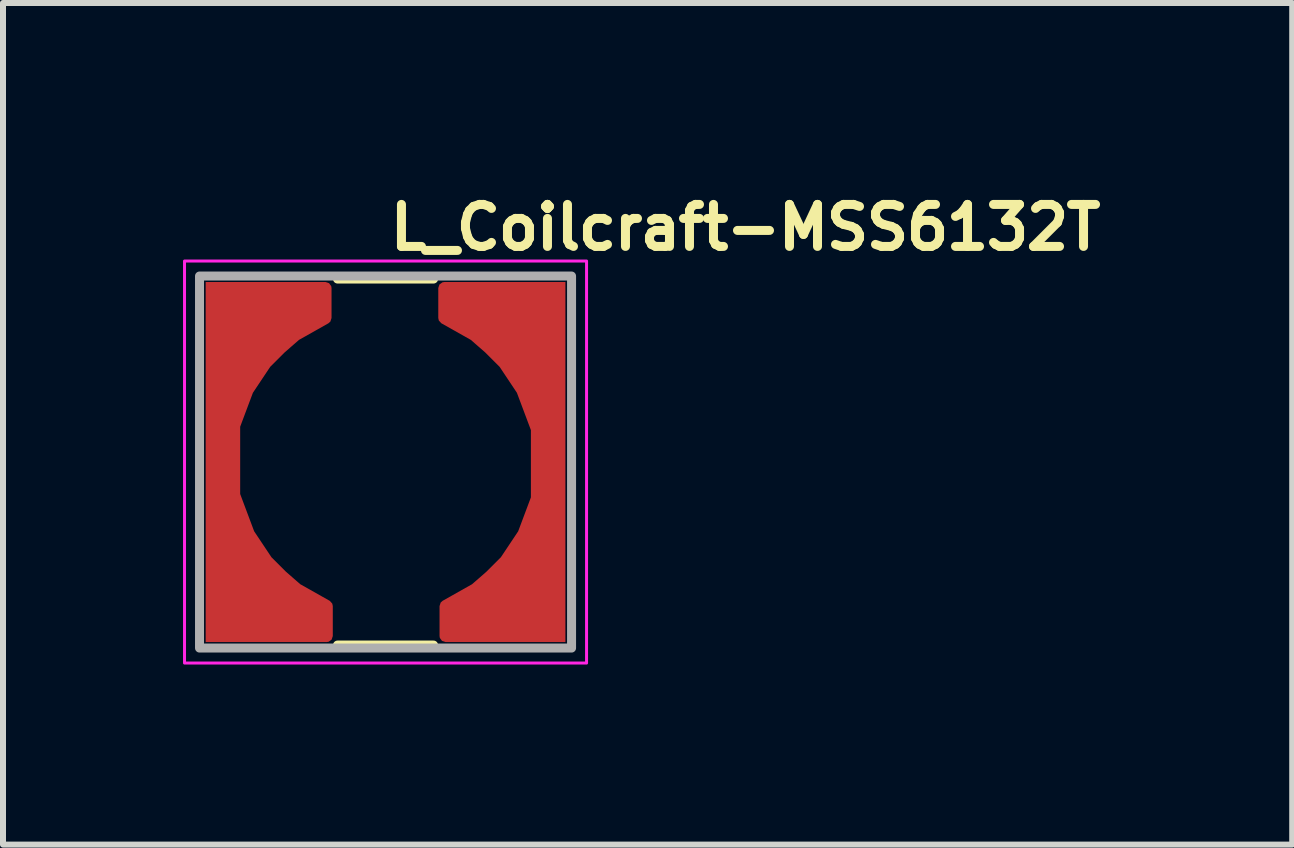
<source format=kicad_pcb>
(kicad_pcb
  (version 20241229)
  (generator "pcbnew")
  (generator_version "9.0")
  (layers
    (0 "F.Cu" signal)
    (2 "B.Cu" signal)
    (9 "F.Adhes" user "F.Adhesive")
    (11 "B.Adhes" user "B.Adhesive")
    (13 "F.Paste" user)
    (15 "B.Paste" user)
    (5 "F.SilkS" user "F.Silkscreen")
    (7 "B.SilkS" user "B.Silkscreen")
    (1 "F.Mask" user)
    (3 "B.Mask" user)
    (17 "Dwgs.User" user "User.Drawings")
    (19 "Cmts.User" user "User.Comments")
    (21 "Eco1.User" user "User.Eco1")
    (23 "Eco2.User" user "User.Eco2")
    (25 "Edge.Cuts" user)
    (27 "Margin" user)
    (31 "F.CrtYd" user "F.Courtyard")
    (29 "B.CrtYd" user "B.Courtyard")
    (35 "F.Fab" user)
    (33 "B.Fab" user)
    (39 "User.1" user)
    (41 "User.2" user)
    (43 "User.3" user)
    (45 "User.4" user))
  (footprint "L_Coilcraft-MSS6132T"
    (layer "F.Cu")
    (at 3.375 4.65)
    (property "Reference" "L_Coilcraft-MSS6132T" (at 0 -3.5 0) (layer "F.SilkS") (effects (font (size 0.7 0.7) (thickness 0.15)) (justify left bottom)))
    (attr smd)
    (fp_line (start -0.8 -3.05) (end 0.8 -3.05) (stroke (width 0.15) (type solid)) (layer "F.SilkS"))
    (fp_line (start -0.8 3.05) (end 0.8 3.05) (stroke (width 0.15) (type solid)) (layer "F.SilkS"))
    (fp_rect (start -3.35 -3.35) (end 3.35 3.35) (stroke (width 0.05) (type solid)) (fill no) (layer "F.CrtYd"))
    (fp_rect (start -3.1 -3.1) (end 3.1 3.1) (stroke (width 0.15) (type solid)) (fill no) (layer "F.Fab"))
    (fp_rect (start -3.1 -3.1) (end 3.1 3.1) (stroke (width 0.1) (type solid)) (fill no) (layer "User.5"))
    (fp_line (start -3.05 -1.8) (end -3.05 3.05) (stroke (width 0.01) (type solid)) (layer "User.9"))
    (fp_line (start -3.05 3.05) (end 1.8 3.05) (stroke (width 0.01) (type solid)) (layer "User.9"))
    (fp_line (start -2.869 -2.443) (end -2.869 -2.455) (stroke (width 0.01) (type solid)) (layer "User.9"))
    (fp_line (start -2.869 -2.455) (end -2.868 -2.467) (stroke (width 0.01) (type solid)) (layer "User.9"))
    (fp_line (start -2.869 -2.431) (end -2.869 -2.443) (stroke (width 0.01) (type solid)) (layer "User.9"))
    (fp_line (start -2.868 -2.467) (end -2.867 -2.479) (stroke (width 0.01) (type solid)) (layer "User.9"))
    (fp_line (start -2.868 -2.419) (end -2.869 -2.431) (stroke (width 0.01) (type solid)) (layer "User.9"))
    (fp_line (start -2.867 -2.479) (end -2.865 -2.49) (stroke (width 0.01) (type solid)) (layer "User.9"))
    (fp_line (start -2.867 -2.407) (end -2.868 -2.419) (stroke (width 0.01) (type solid)) (layer "User.9"))
    (fp_line (start -2.865 -2.49) (end -2.862 -2.502) (stroke (width 0.01) (type solid)) (layer "User.9"))
    (fp_line (start -2.865 -2.395) (end -2.867 -2.407) (stroke (width 0.01) (type solid)) (layer "User.9"))
    (fp_line (start -2.862 -2.502) (end -2.859 -2.514) (stroke (width 0.01) (type solid)) (layer "User.9"))
    (fp_line (start -2.862 -2.383) (end -2.865 -2.395) (stroke (width 0.01) (type solid)) (layer "User.9"))
    (fp_line (start -2.859 -2.514) (end -2.855 -2.525) (stroke (width 0.01) (type solid)) (layer "User.9"))
    (fp_line (start -2.859 -2.371) (end -2.862 -2.383) (stroke (width 0.01) (type solid)) (layer "User.9"))
    (fp_line (start -2.855 -2.525) (end -2.851 -2.537) (stroke (width 0.01) (type solid)) (layer "User.9"))
    (fp_line (start -2.855 -2.36) (end -2.859 -2.371) (stroke (width 0.01) (type solid)) (layer "User.9"))
    (fp_line (start -2.851 -2.537) (end -2.846 -2.548) (stroke (width 0.01) (type solid)) (layer "User.9"))
    (fp_line (start -2.851 -2.349) (end -2.855 -2.36) (stroke (width 0.01) (type solid)) (layer "User.9"))
    (fp_line (start -2.846 -2.548) (end -2.841 -2.559) (stroke (width 0.01) (type solid)) (layer "User.9"))
    (fp_line (start -2.846 -2.337) (end -2.851 -2.349) (stroke (width 0.01) (type solid)) (layer "User.9"))
    (fp_line (start -2.841 -2.559) (end -2.835 -2.57) (stroke (width 0.01) (type solid)) (layer "User.9"))
    (fp_line (start -2.841 -2.326) (end -2.846 -2.337) (stroke (width 0.01) (type solid)) (layer "User.9"))
    (fp_line (start -2.835 -2.57) (end -2.828 -2.58) (stroke (width 0.01) (type solid)) (layer "User.9"))
    (fp_line (start -2.835 -2.316) (end -2.841 -2.326) (stroke (width 0.01) (type solid)) (layer "User.9"))
    (fp_line (start -2.828 -2.58) (end -2.821 -2.59) (stroke (width 0.01) (type solid)) (layer "User.9"))
    (fp_line (start -2.828 -2.305) (end -2.835 -2.316) (stroke (width 0.01) (type solid)) (layer "User.9"))
    (fp_line (start -2.825 0) (end -2.819 -0.183) (stroke (width 0.01) (type solid)) (layer "User.9"))
    (fp_line (start -2.821 -2.59) (end -2.813 -2.6) (stroke (width 0.01) (type solid)) (layer "User.9"))
    (fp_line (start -2.821 -2.295) (end -2.828 -2.305) (stroke (width 0.01) (type solid)) (layer "User.9"))
    (fp_line (start -2.819 -0.183) (end -2.801 -0.365) (stroke (width 0.01) (type solid)) (layer "User.9"))
    (fp_line (start -2.819 0.183) (end -2.825 0) (stroke (width 0.01) (type solid)) (layer "User.9"))
    (fp_line (start -2.813 -2.6) (end -2.805 -2.61) (stroke (width 0.01) (type solid)) (layer "User.9"))
    (fp_line (start -2.813 -2.285) (end -2.821 -2.295) (stroke (width 0.01) (type solid)) (layer "User.9"))
    (fp_line (start -2.805 -2.61) (end -2.796 -2.619) (stroke (width 0.01) (type solid)) (layer "User.9"))
    (fp_line (start -2.805 -2.275) (end -2.813 -2.285) (stroke (width 0.01) (type solid)) (layer "User.9"))
    (fp_line (start -2.801 -0.365) (end -2.772 -0.546) (stroke (width 0.01) (type solid)) (layer "User.9"))
    (fp_line (start -2.801 0.365) (end -2.819 0.183) (stroke (width 0.01) (type solid)) (layer "User.9"))
    (fp_line (start -2.8 0) (end -2.794 -0.181) (stroke (width 0.01) (type solid)) (layer "User.9"))
    (fp_line (start -2.796 -2.619) (end -2.619 -2.796) (stroke (width 0.01) (type solid)) (layer "User.9"))
    (fp_line (start -2.796 -2.266) (end -2.805 -2.275) (stroke (width 0.01) (type solid)) (layer "User.9"))
    (fp_line (start -2.794 -0.181) (end -2.777 -0.362) (stroke (width 0.01) (type solid)) (layer "User.9"))
    (fp_line (start -2.794 0.181) (end -2.8 0) (stroke (width 0.01) (type solid)) (layer "User.9"))
    (fp_line (start -2.777 -0.362) (end -2.747 -0.541) (stroke (width 0.01) (type solid)) (layer "User.9"))
    (fp_line (start -2.777 0.362) (end -2.794 0.181) (stroke (width 0.01) (type solid)) (layer "User.9"))
    (fp_line (start -2.772 0.546) (end -2.801 0.365) (stroke (width 0.01) (type solid)) (layer "User.9"))
    (fp_line (start -2.772 -0.546) (end -2.73 -0.725) (stroke (width 0.01) (type solid)) (layer "User.9"))
    (fp_line (start -2.747 -0.541) (end -2.706 -0.719) (stroke (width 0.01) (type solid)) (layer "User.9"))
    (fp_line (start -2.747 0.541) (end -2.777 0.362) (stroke (width 0.01) (type solid)) (layer "User.9"))
    (fp_line (start -2.73 -0.725) (end -2.677 -0.902) (stroke (width 0.01) (type solid)) (layer "User.9"))
    (fp_line (start -2.73 0.725) (end -2.772 0.546) (stroke (width 0.01) (type solid)) (layer "User.9"))
    (fp_line (start -2.706 -0.719) (end -2.653 -0.894) (stroke (width 0.01) (type solid)) (layer "User.9"))
    (fp_line (start -2.706 0.719) (end -2.747 0.541) (stroke (width 0.01) (type solid)) (layer "User.9"))
    (fp_line (start -2.69 -2.16) (end -2.796 -2.266) (stroke (width 0.01) (type solid)) (layer "User.9"))
    (fp_line (start -2.677 -0.902) (end -2.612 -1.076) (stroke (width 0.01) (type solid)) (layer "User.9"))
    (fp_line (start -2.677 0.902) (end -2.73 0.725) (stroke (width 0.01) (type solid)) (layer "User.9"))
    (fp_line (start -2.653 -0.894) (end -2.589 -1.066) (stroke (width 0.01) (type solid)) (layer "User.9"))
    (fp_line (start -2.653 0.894) (end -2.706 0.719) (stroke (width 0.01) (type solid)) (layer "User.9"))
    (fp_line (start -2.619 -2.796) (end -2.61 -2.805) (stroke (width 0.01) (type solid)) (layer "User.9"))
    (fp_line (start -2.612 -1.076) (end -2.535 -1.246) (stroke (width 0.01) (type solid)) (layer "User.9"))
    (fp_line (start -2.612 1.076) (end -2.677 0.902) (stroke (width 0.01) (type solid)) (layer "User.9"))
    (fp_line (start -2.61 -2.805) (end -2.6 -2.813) (stroke (width 0.01) (type solid)) (layer "User.9"))
    (fp_line (start -2.6 -2.813) (end -2.59 -2.821) (stroke (width 0.01) (type solid)) (layer "User.9"))
    (fp_line (start -2.59 -2.821) (end -2.58 -2.828) (stroke (width 0.01) (type solid)) (layer "User.9"))
    (fp_line (start -2.589 -1.066) (end -2.513 -1.235) (stroke (width 0.01) (type solid)) (layer "User.9"))
    (fp_line (start -2.589 1.066) (end -2.653 0.894) (stroke (width 0.01) (type solid)) (layer "User.9"))
    (fp_line (start -2.58 -2.828) (end -2.57 -2.835) (stroke (width 0.01) (type solid)) (layer "User.9"))
    (fp_line (start -2.57 -2.835) (end -2.559 -2.841) (stroke (width 0.01) (type solid)) (layer "User.9"))
    (fp_line (start -2.559 -2.841) (end -2.548 -2.846) (stroke (width 0.01) (type solid)) (layer "User.9"))
    (fp_line (start -2.548 -2.846) (end -2.537 -2.851) (stroke (width 0.01) (type solid)) (layer "User.9"))
    (fp_line (start -2.537 -2.851) (end -2.525 -2.855) (stroke (width 0.01) (type solid)) (layer "User.9"))
    (fp_line (start -2.535 1.246) (end -2.612 1.076) (stroke (width 0.01) (type solid)) (layer "User.9"))
    (fp_line (start -2.535 -1.246) (end -2.447 -1.413) (stroke (width 0.01) (type solid)) (layer "User.9"))
    (fp_line (start -2.525 -2.855) (end -2.514 -2.859) (stroke (width 0.01) (type solid)) (layer "User.9"))
    (fp_line (start -2.514 -2.859) (end -2.502 -2.862) (stroke (width 0.01) (type solid)) (layer "User.9"))
    (fp_line (start -2.513 -1.235) (end -2.425 -1.4) (stroke (width 0.01) (type solid)) (layer "User.9"))
    (fp_line (start -2.513 1.235) (end -2.589 1.066) (stroke (width 0.01) (type solid)) (layer "User.9"))
    (fp_line (start -2.502 -2.862) (end -2.49 -2.865) (stroke (width 0.01) (type solid)) (layer "User.9"))
    (fp_line (start -2.49 -2.865) (end -2.479 -2.867) (stroke (width 0.01) (type solid)) (layer "User.9"))
    (fp_line (start -2.479 -2.867) (end -2.467 -2.868) (stroke (width 0.01) (type solid)) (layer "User.9"))
    (fp_line (start -2.467 -2.868) (end -2.455 -2.869) (stroke (width 0.01) (type solid)) (layer "User.9"))
    (fp_line (start -2.455 -2.869) (end -2.443 -2.869) (stroke (width 0.01) (type solid)) (layer "User.9"))
    (fp_line (start -2.447 -1.413) (end -2.447 -1.413) (stroke (width 0.01) (type solid)) (layer "User.9"))
    (fp_line (start -2.447 -1.413) (end -2.398 -1.493) (stroke (width 0.01) (type solid)) (layer "User.9"))
    (fp_line (start -2.447 1.413) (end -2.535 1.246) (stroke (width 0.01) (type solid)) (layer "User.9"))
    (fp_line (start -2.447 1.413) (end -2.447 1.413) (stroke (width 0.01) (type solid)) (layer "User.9"))
    (fp_line (start -2.443 -2.869) (end -2.431 -2.869) (stroke (width 0.01) (type solid)) (layer "User.9"))
    (fp_line (start -2.431 -2.869) (end -2.419 -2.868) (stroke (width 0.01) (type solid)) (layer "User.9"))
    (fp_line (start -2.425 -1.4) (end -2.425 -1.4) (stroke (width 0.01) (type solid)) (layer "User.9"))
    (fp_line (start -2.425 -1.4) (end -2.377 -1.48) (stroke (width 0.01) (type solid)) (layer "User.9"))
    (fp_line (start -2.425 1.4) (end -2.513 1.235) (stroke (width 0.01) (type solid)) (layer "User.9"))
    (fp_line (start -2.425 1.4) (end -2.425 1.4) (stroke (width 0.01) (type solid)) (layer "User.9"))
    (fp_line (start -2.419 -2.868) (end -2.407 -2.867) (stroke (width 0.01) (type solid)) (layer "User.9"))
    (fp_line (start -2.407 -2.867) (end -2.395 -2.865) (stroke (width 0.01) (type solid)) (layer "User.9"))
    (fp_line (start -2.398 -1.493) (end -2.347 -1.572) (stroke (width 0.01) (type solid)) (layer "User.9"))
    (fp_line (start -2.395 -2.865) (end -2.383 -2.862) (stroke (width 0.01) (type solid)) (layer "User.9"))
    (fp_line (start -2.383 -2.862) (end -2.371 -2.859) (stroke (width 0.01) (type solid)) (layer "User.9"))
    (fp_line (start -2.377 -1.48) (end -2.326 -1.558) (stroke (width 0.01) (type solid)) (layer "User.9"))
    (fp_line (start -2.371 -2.859) (end -2.36 -2.855) (stroke (width 0.01) (type solid)) (layer "User.9"))
    (fp_line (start -2.36 -2.855) (end -2.349 -2.851) (stroke (width 0.01) (type solid)) (layer "User.9"))
    (fp_line (start -2.349 -2.851) (end -2.337 -2.846) (stroke (width 0.01) (type solid)) (layer "User.9"))
    (fp_line (start -2.347 1.572) (end -2.447 1.413) (stroke (width 0.01) (type solid)) (layer "User.9"))
    (fp_line (start -2.347 -1.572) (end -2.294 -1.649) (stroke (width 0.01) (type solid)) (layer "User.9"))
    (fp_line (start -2.337 -2.846) (end -2.326 -2.841) (stroke (width 0.01) (type solid)) (layer "User.9"))
    (fp_line (start -2.326 -2.841) (end -2.316 -2.835) (stroke (width 0.01) (type solid)) (layer "User.9"))
    (fp_line (start -2.326 -1.558) (end -2.273 -1.635) (stroke (width 0.01) (type solid)) (layer "User.9"))
    (fp_line (start -2.326 1.558) (end -2.425 1.4) (stroke (width 0.01) (type solid)) (layer "User.9"))
    (fp_line (start -2.316 -2.835) (end -2.305 -2.828) (stroke (width 0.01) (type solid)) (layer "User.9"))
    (fp_line (start -2.305 -2.828) (end -2.295 -2.821) (stroke (width 0.01) (type solid)) (layer "User.9"))
    (fp_line (start -2.295 -2.821) (end -2.285 -2.813) (stroke (width 0.01) (type solid)) (layer "User.9"))
    (fp_line (start -2.294 -1.649) (end -2.238 -1.724) (stroke (width 0.01) (type solid)) (layer "User.9"))
    (fp_line (start -2.285 -2.813) (end -2.275 -2.805) (stroke (width 0.01) (type solid)) (layer "User.9"))
    (fp_line (start -2.275 -2.805) (end -2.266 -2.796) (stroke (width 0.01) (type solid)) (layer "User.9"))
    (fp_line (start -2.273 -1.635) (end -2.218 -1.709) (stroke (width 0.01) (type solid)) (layer "User.9"))
    (fp_line (start -2.266 -2.796) (end -2.16 -2.69) (stroke (width 0.01) (type solid)) (layer "User.9"))
    (fp_line (start -2.238 1.724) (end -2.347 1.572) (stroke (width 0.01) (type solid)) (layer "User.9"))
    (fp_line (start -2.238 -1.724) (end -2.18 -1.797) (stroke (width 0.01) (type solid)) (layer "User.9"))
    (fp_line (start -2.218 -1.709) (end -2.161 -1.781) (stroke (width 0.01) (type solid)) (layer "User.9"))
    (fp_line (start -2.218 1.709) (end -2.326 1.558) (stroke (width 0.01) (type solid)) (layer "User.9"))
    (fp_line (start -2.18 -1.797) (end -2.12 -1.867) (stroke (width 0.01) (type solid)) (layer "User.9"))
    (fp_line (start -2.161 -1.781) (end -2.101 -1.851) (stroke (width 0.01) (type solid)) (layer "User.9"))
    (fp_line (start -2.12 -1.867) (end -2.058 -1.936) (stroke (width 0.01) (type solid)) (layer "User.9"))
    (fp_line (start -2.12 1.867) (end -2.238 1.724) (stroke (width 0.01) (type solid)) (layer "User.9"))
    (fp_line (start -2.101 -1.851) (end -2.039 -1.919) (stroke (width 0.01) (type solid)) (layer "User.9"))
    (fp_line (start -2.101 1.851) (end -2.218 1.709) (stroke (width 0.01) (type solid)) (layer "User.9"))
    (fp_line (start -2.058 -1.936) (end -1.993 -2.002) (stroke (width 0.01) (type solid)) (layer "User.9"))
    (fp_line (start -2.039 -1.919) (end -1.976 -1.984) (stroke (width 0.01) (type solid)) (layer "User.9"))
    (fp_line (start -1.993 -2.002) (end -1.927 -2.066) (stroke (width 0.01) (type solid)) (layer "User.9"))
    (fp_line (start -1.993 2.002) (end -2.12 1.867) (stroke (width 0.01) (type solid)) (layer "User.9"))
    (fp_line (start -1.976 -1.984) (end -1.91 -2.048) (stroke (width 0.01) (type solid)) (layer "User.9"))
    (fp_line (start -1.976 1.984) (end -2.101 1.851) (stroke (width 0.01) (type solid)) (layer "User.9"))
    (fp_line (start -1.927 -2.066) (end -1.859 -2.127) (stroke (width 0.01) (type solid)) (layer "User.9"))
    (fp_line (start -1.91 -2.048) (end -1.842 -2.109) (stroke (width 0.01) (type solid)) (layer "User.9"))
    (fp_line (start -1.859 2.127) (end -1.993 2.002) (stroke (width 0.01) (type solid)) (layer "User.9"))
    (fp_line (start -1.859 -2.127) (end -1.789 -2.187) (stroke (width 0.01) (type solid)) (layer "User.9"))
    (fp_line (start -1.842 -2.109) (end -1.773 -2.167) (stroke (width 0.01) (type solid)) (layer "User.9"))
    (fp_line (start -1.842 2.109) (end -1.976 1.984) (stroke (width 0.01) (type solid)) (layer "User.9"))
    (fp_line (start -1.8 -3.05) (end -3.05 -1.8) (stroke (width 0.01) (type solid)) (layer "User.9"))
    (fp_line (start -1.789 -2.187) (end -1.717 -2.244) (stroke (width 0.01) (type solid)) (layer "User.9"))
    (fp_line (start -1.773 -2.167) (end -1.702 -2.224) (stroke (width 0.01) (type solid)) (layer "User.9"))
    (fp_line (start -1.717 -2.244) (end -1.643 -2.298) (stroke (width 0.01) (type solid)) (layer "User.9"))
    (fp_line (start -1.717 2.244) (end -1.859 2.127) (stroke (width 0.01) (type solid)) (layer "User.9"))
    (fp_line (start -1.702 -2.224) (end -1.629 -2.278) (stroke (width 0.01) (type solid)) (layer "User.9"))
    (fp_line (start -1.702 2.224) (end -1.842 2.109) (stroke (width 0.01) (type solid)) (layer "User.9"))
    (fp_line (start -1.643 -2.298) (end -1.568 -2.35) (stroke (width 0.01) (type solid)) (layer "User.9"))
    (fp_line (start -1.629 -2.278) (end -1.554 -2.329) (stroke (width 0.01) (type solid)) (layer "User.9"))
    (fp_line (start -1.568 -2.35) (end -1.491 -2.4) (stroke (width 0.01) (type solid)) (layer "User.9"))
    (fp_line (start -1.568 2.35) (end -1.717 2.244) (stroke (width 0.01) (type solid)) (layer "User.9"))
    (fp_line (start -1.554 -2.329) (end -1.478 -2.378) (stroke (width 0.01) (type solid)) (layer "User.9"))
    (fp_line (start -1.554 2.329) (end -1.702 2.224) (stroke (width 0.01) (type solid)) (layer "User.9"))
    (fp_line (start -1.491 -2.4) (end -1.413 -2.447) (stroke (width 0.01) (type solid)) (layer "User.9"))
    (fp_line (start -1.478 -2.378) (end -1.4 -2.425) (stroke (width 0.01) (type solid)) (layer "User.9"))
    (fp_line (start -1.413 -2.447) (end -1.333 -2.491) (stroke (width 0.01) (type solid)) (layer "User.9"))
    (fp_line (start -1.413 2.447) (end -1.568 2.35) (stroke (width 0.01) (type solid)) (layer "User.9"))
    (fp_line (start -1.4 -2.425) (end -1.321 -2.469) (stroke (width 0.01) (type solid)) (layer "User.9"))
    (fp_line (start -1.4 2.425) (end -1.554 2.329) (stroke (width 0.01) (type solid)) (layer "User.9"))
    (fp_line (start -1.333 -2.491) (end -1.251 -2.533) (stroke (width 0.01) (type solid)) (layer "User.9"))
    (fp_line (start -1.321 -2.469) (end -1.24 -2.51) (stroke (width 0.01) (type solid)) (layer "User.9"))
    (fp_line (start -1.251 -2.533) (end -1.169 -2.572) (stroke (width 0.01) (type solid)) (layer "User.9"))
    (fp_line (start -1.251 2.533) (end -1.413 2.447) (stroke (width 0.01) (type solid)) (layer "User.9"))
    (fp_line (start -1.24 -2.51) (end -1.158 -2.549) (stroke (width 0.01) (type solid)) (layer "User.9"))
    (fp_line (start -1.24 2.51) (end -1.4 2.425) (stroke (width 0.01) (type solid)) (layer "User.9"))
    (fp_line (start -1.169 -2.572) (end -1.085 -2.609) (stroke (width 0.01) (type solid)) (layer "User.9"))
    (fp_line (start -1.158 -2.549) (end -1.075 -2.585) (stroke (width 0.01) (type solid)) (layer "User.9"))
    (fp_line (start -1.085 -2.609) (end -0.999 -2.642) (stroke (width 0.01) (type solid)) (layer "User.9"))
    (fp_line (start -1.085 2.609) (end -1.251 2.533) (stroke (width 0.01) (type solid)) (layer "User.9"))
    (fp_line (start -1.075 -2.585) (end -0.991 -2.619) (stroke (width 0.01) (type solid)) (layer "User.9"))
    (fp_line (start -1.075 2.585) (end -1.24 2.51) (stroke (width 0.01) (type solid)) (layer "User.9"))
    (fp_line (start -0.999 -2.642) (end -0.913 -2.673) (stroke (width 0.01) (type solid)) (layer "User.9"))
    (fp_line (start -0.991 -2.619) (end -0.905 -2.65) (stroke (width 0.01) (type solid)) (layer "User.9"))
    (fp_line (start -0.913 -2.673) (end -0.826 -2.702) (stroke (width 0.01) (type solid)) (layer "User.9"))
    (fp_line (start -0.913 2.673) (end -1.085 2.609) (stroke (width 0.01) (type solid)) (layer "User.9"))
    (fp_line (start -0.905 -2.65) (end -0.818 -2.678) (stroke (width 0.01) (type solid)) (layer "User.9"))
    (fp_line (start -0.905 2.65) (end -1.075 2.585) (stroke (width 0.01) (type solid)) (layer "User.9"))
    (fp_line (start -0.826 -2.702) (end -0.737 -2.727) (stroke (width 0.01) (type solid)) (layer "User.9"))
    (fp_line (start -0.818 -2.678) (end -0.731 -2.703) (stroke (width 0.01) (type solid)) (layer "User.9"))
    (fp_line (start -0.737 -2.727) (end -0.648 -2.75) (stroke (width 0.01) (type solid)) (layer "User.9"))
    (fp_line (start -0.737 2.727) (end -0.913 2.673) (stroke (width 0.01) (type solid)) (layer "User.9"))
    (fp_line (start -0.731 2.703) (end -0.905 2.65) (stroke (width 0.01) (type solid)) (layer "User.9"))
    (fp_line (start -0.731 -2.703) (end -0.642 -2.725) (stroke (width 0.01) (type solid)) (layer "User.9"))
    (fp_line (start -0.648 -2.75) (end -0.557 -2.77) (stroke (width 0.01) (type solid)) (layer "User.9"))
    (fp_line (start -0.642 -2.725) (end -0.552 -2.745) (stroke (width 0.01) (type solid)) (layer "User.9"))
    (fp_line (start -0.557 -2.77) (end -0.466 -2.786) (stroke (width 0.01) (type solid)) (layer "User.9"))
    (fp_line (start -0.557 2.77) (end -0.737 2.727) (stroke (width 0.01) (type solid)) (layer "User.9"))
    (fp_line (start -0.552 -2.745) (end -0.462 -2.762) (stroke (width 0.01) (type solid)) (layer "User.9"))
    (fp_line (start -0.552 2.745) (end -0.731 2.703) (stroke (width 0.01) (type solid)) (layer "User.9"))
    (fp_line (start -0.466 -2.786) (end -0.374 -2.8) (stroke (width 0.01) (type solid)) (layer "User.9"))
    (fp_line (start -0.462 -2.762) (end -0.371 -2.775) (stroke (width 0.01) (type solid)) (layer "User.9"))
    (fp_line (start -0.374 -2.8) (end -0.282 -2.811) (stroke (width 0.01) (type solid)) (layer "User.9"))
    (fp_line (start -0.374 2.8) (end -0.557 2.77) (stroke (width 0.01) (type solid)) (layer "User.9"))
    (fp_line (start -0.371 -2.775) (end -0.279 -2.786) (stroke (width 0.01) (type solid)) (layer "User.9"))
    (fp_line (start -0.371 2.775) (end -0.552 2.745) (stroke (width 0.01) (type solid)) (layer "User.9"))
    (fp_line (start -0.282 -2.811) (end -0.188 -2.819) (stroke (width 0.01) (type solid)) (layer "User.9"))
    (fp_line (start -0.279 -2.786) (end -0.187 -2.794) (stroke (width 0.01) (type solid)) (layer "User.9"))
    (fp_line (start -0.188 -2.819) (end -0.094 -2.823) (stroke (width 0.01) (type solid)) (layer "User.9"))
    (fp_line (start -0.188 2.819) (end -0.374 2.8) (stroke (width 0.01) (type solid)) (layer "User.9"))
    (fp_line (start -0.187 -2.794) (end -0.094 -2.798) (stroke (width 0.01) (type solid)) (layer "User.9"))
    (fp_line (start -0.187 2.794) (end -0.371 2.775) (stroke (width 0.01) (type solid)) (layer "User.9"))
    (fp_line (start -0.094 -2.823) (end 0 -2.825) (stroke (width 0.01) (type solid)) (layer "User.9"))
    (fp_line (start -0.094 -2.798) (end 0 -2.8) (stroke (width 0.01) (type solid)) (layer "User.9"))
    (fp_line (start 0 -2.825) (end 0.188 -2.819) (stroke (width 0.01) (type solid)) (layer "User.9"))
    (fp_line (start 0 -2.8) (end 0.187 -2.794) (stroke (width 0.01) (type solid)) (layer "User.9"))
    (fp_line (start 0 2.8) (end -0.187 2.794) (stroke (width 0.01) (type solid)) (layer "User.9"))
    (fp_line (start 0 2.825) (end -0.188 2.819) (stroke (width 0.01) (type solid)) (layer "User.9"))
    (fp_line (start 0.094 2.798) (end 0 2.8) (stroke (width 0.01) (type solid)) (layer "User.9"))
    (fp_line (start 0.094 2.823) (end 0 2.825) (stroke (width 0.01) (type solid)) (layer "User.9"))
    (fp_line (start 0.187 -2.794) (end 0.371 -2.775) (stroke (width 0.01) (type solid)) (layer "User.9"))
    (fp_line (start 0.187 2.794) (end 0.094 2.798) (stroke (width 0.01) (type solid)) (layer "User.9"))
    (fp_line (start 0.188 -2.819) (end 0.374 -2.8) (stroke (width 0.01) (type solid)) (layer "User.9"))
    (fp_line (start 0.188 2.819) (end 0.094 2.823) (stroke (width 0.01) (type solid)) (layer "User.9"))
    (fp_line (start 0.279 2.786) (end 0.187 2.794) (stroke (width 0.01) (type solid)) (layer "User.9"))
    (fp_line (start 0.282 2.811) (end 0.188 2.819) (stroke (width 0.01) (type solid)) (layer "User.9"))
    (fp_line (start 0.371 -2.775) (end 0.552 -2.745) (stroke (width 0.01) (type solid)) (layer "User.9"))
    (fp_line (start 0.371 2.775) (end 0.279 2.786) (stroke (width 0.01) (type solid)) (layer "User.9"))
    (fp_line (start 0.374 -2.8) (end 0.557 -2.77) (stroke (width 0.01) (type solid)) (layer "User.9"))
    (fp_line (start 0.374 2.8) (end 0.282 2.811) (stroke (width 0.01) (type solid)) (layer "User.9"))
    (fp_line (start 0.462 2.762) (end 0.371 2.775) (stroke (width 0.01) (type solid)) (layer "User.9"))
    (fp_line (start 0.466 2.786) (end 0.374 2.8) (stroke (width 0.01) (type solid)) (layer "User.9"))
    (fp_line (start 0.552 -2.745) (end 0.731 -2.703) (stroke (width 0.01) (type solid)) (layer "User.9"))
    (fp_line (start 0.552 2.745) (end 0.462 2.762) (stroke (width 0.01) (type solid)) (layer "User.9"))
    (fp_line (start 0.557 -2.77) (end 0.737 -2.727) (stroke (width 0.01) (type solid)) (layer "User.9"))
    (fp_line (start 0.557 2.77) (end 0.466 2.786) (stroke (width 0.01) (type solid)) (layer "User.9"))
    (fp_line (start 0.642 2.725) (end 0.552 2.745) (stroke (width 0.01) (type solid)) (layer "User.9"))
    (fp_line (start 0.648 2.75) (end 0.557 2.77) (stroke (width 0.01) (type solid)) (layer "User.9"))
    (fp_line (start 0.731 -2.703) (end 0.905 -2.65) (stroke (width 0.01) (type solid)) (layer "User.9"))
    (fp_line (start 0.731 2.703) (end 0.642 2.725) (stroke (width 0.01) (type solid)) (layer "User.9"))
    (fp_line (start 0.737 -2.727) (end 0.913 -2.673) (stroke (width 0.01) (type solid)) (layer "User.9"))
    (fp_line (start 0.737 2.727) (end 0.648 2.75) (stroke (width 0.01) (type solid)) (layer "User.9"))
    (fp_line (start 0.818 2.678) (end 0.731 2.703) (stroke (width 0.01) (type solid)) (layer "User.9"))
    (fp_line (start 0.826 2.702) (end 0.737 2.727) (stroke (width 0.01) (type solid)) (layer "User.9"))
    (fp_line (start 0.905 -2.65) (end 1.075 -2.585) (stroke (width 0.01) (type solid)) (layer "User.9"))
    (fp_line (start 0.905 2.65) (end 0.818 2.678) (stroke (width 0.01) (type solid)) (layer "User.9"))
    (fp_line (start 0.913 -2.673) (end 1.085 -2.609) (stroke (width 0.01) (type solid)) (layer "User.9"))
    (fp_line (start 0.913 2.673) (end 0.826 2.702) (stroke (width 0.01) (type solid)) (layer "User.9"))
    (fp_line (start 0.991 2.619) (end 0.905 2.65) (stroke (width 0.01) (type solid)) (layer "User.9"))
    (fp_line (start 0.999 2.642) (end 0.913 2.673) (stroke (width 0.01) (type solid)) (layer "User.9"))
    (fp_line (start 1.075 -2.585) (end 1.24 -2.51) (stroke (width 0.01) (type solid)) (layer "User.9"))
    (fp_line (start 1.075 2.585) (end 0.991 2.619) (stroke (width 0.01) (type solid)) (layer "User.9"))
    (fp_line (start 1.085 -2.609) (end 1.251 -2.533) (stroke (width 0.01) (type solid)) (layer "User.9"))
    (fp_line (start 1.085 2.609) (end 0.999 2.642) (stroke (width 0.01) (type solid)) (layer "User.9"))
    (fp_line (start 1.158 2.549) (end 1.075 2.585) (stroke (width 0.01) (type solid)) (layer "User.9"))
    (fp_line (start 1.169 2.572) (end 1.085 2.609) (stroke (width 0.01) (type solid)) (layer "User.9"))
    (fp_line (start 1.24 -2.51) (end 1.4 -2.425) (stroke (width 0.01) (type solid)) (layer "User.9"))
    (fp_line (start 1.24 2.51) (end 1.158 2.549) (stroke (width 0.01) (type solid)) (layer "User.9"))
    (fp_line (start 1.251 -2.533) (end 1.413 -2.447) (stroke (width 0.01) (type solid)) (layer "User.9"))
    (fp_line (start 1.251 2.533) (end 1.169 2.572) (stroke (width 0.01) (type solid)) (layer "User.9"))
    (fp_line (start 1.321 2.469) (end 1.24 2.51) (stroke (width 0.01) (type solid)) (layer "User.9"))
    (fp_line (start 1.333 2.491) (end 1.251 2.533) (stroke (width 0.01) (type solid)) (layer "User.9"))
    (fp_line (start 1.4 -2.425) (end 1.554 -2.329) (stroke (width 0.01) (type solid)) (layer "User.9"))
    (fp_line (start 1.4 2.425) (end 1.321 2.469) (stroke (width 0.01) (type solid)) (layer "User.9"))
    (fp_line (start 1.413 -2.447) (end 1.568 -2.35) (stroke (width 0.01) (type solid)) (layer "User.9"))
    (fp_line (start 1.413 2.447) (end 1.333 2.491) (stroke (width 0.01) (type solid)) (layer "User.9"))
    (fp_line (start 1.478 2.378) (end 1.4 2.425) (stroke (width 0.01) (type solid)) (layer "User.9"))
    (fp_line (start 1.491 2.4) (end 1.413 2.447) (stroke (width 0.01) (type solid)) (layer "User.9"))
    (fp_line (start 1.554 -2.329) (end 1.702 -2.224) (stroke (width 0.01) (type solid)) (layer "User.9"))
    (fp_line (start 1.554 2.329) (end 1.478 2.378) (stroke (width 0.01) (type solid)) (layer "User.9"))
    (fp_line (start 1.568 -2.35) (end 1.717 -2.244) (stroke (width 0.01) (type solid)) (layer "User.9"))
    (fp_line (start 1.568 2.35) (end 1.491 2.4) (stroke (width 0.01) (type solid)) (layer "User.9"))
    (fp_line (start 1.629 2.278) (end 1.554 2.329) (stroke (width 0.01) (type solid)) (layer "User.9"))
    (fp_line (start 1.643 2.298) (end 1.568 2.35) (stroke (width 0.01) (type solid)) (layer "User.9"))
    (fp_line (start 1.702 -2.224) (end 1.842 -2.109) (stroke (width 0.01) (type solid)) (layer "User.9"))
    (fp_line (start 1.702 2.224) (end 1.629 2.278) (stroke (width 0.01) (type solid)) (layer "User.9"))
    (fp_line (start 1.717 -2.244) (end 1.859 -2.127) (stroke (width 0.01) (type solid)) (layer "User.9"))
    (fp_line (start 1.717 2.244) (end 1.643 2.298) (stroke (width 0.01) (type solid)) (layer "User.9"))
    (fp_line (start 1.773 2.167) (end 1.702 2.224) (stroke (width 0.01) (type solid)) (layer "User.9"))
    (fp_line (start 1.789 2.187) (end 1.717 2.244) (stroke (width 0.01) (type solid)) (layer "User.9"))
    (fp_line (start 1.8 3.05) (end 3.05 1.8) (stroke (width 0.01) (type solid)) (layer "User.9"))
    (fp_line (start 1.842 -2.109) (end 1.976 -1.984) (stroke (width 0.01) (type solid)) (layer "User.9"))
    (fp_line (start 1.842 2.109) (end 1.773 2.167) (stroke (width 0.01) (type solid)) (layer "User.9"))
    (fp_line (start 1.859 -2.127) (end 1.993 -2.002) (stroke (width 0.01) (type solid)) (layer "User.9"))
    (fp_line (start 1.859 2.127) (end 1.789 2.187) (stroke (width 0.01) (type solid)) (layer "User.9"))
    (fp_line (start 1.91 2.048) (end 1.842 2.109) (stroke (width 0.01) (type solid)) (layer "User.9"))
    (fp_line (start 1.927 2.066) (end 1.859 2.127) (stroke (width 0.01) (type solid)) (layer "User.9"))
    (fp_line (start 1.976 -1.984) (end 2.101 -1.851) (stroke (width 0.01) (type solid)) (layer "User.9"))
    (fp_line (start 1.976 1.984) (end 1.91 2.048) (stroke (width 0.01) (type solid)) (layer "User.9"))
    (fp_line (start 1.993 -2.002) (end 2.12 -1.867) (stroke (width 0.01) (type solid)) (layer "User.9"))
    (fp_line (start 1.993 2.002) (end 1.927 2.066) (stroke (width 0.01) (type solid)) (layer "User.9"))
    (fp_line (start 2.039 1.919) (end 1.976 1.984) (stroke (width 0.01) (type solid)) (layer "User.9"))
    (fp_line (start 2.058 1.936) (end 1.993 2.002) (stroke (width 0.01) (type solid)) (layer "User.9"))
    (fp_line (start 2.101 -1.851) (end 2.218 -1.709) (stroke (width 0.01) (type solid)) (layer "User.9"))
    (fp_line (start 2.101 1.851) (end 2.039 1.919) (stroke (width 0.01) (type solid)) (layer "User.9"))
    (fp_line (start 2.12 -1.867) (end 2.238 -1.724) (stroke (width 0.01) (type solid)) (layer "User.9"))
    (fp_line (start 2.12 1.867) (end 2.058 1.936) (stroke (width 0.01) (type solid)) (layer "User.9"))
    (fp_line (start 2.16 2.69) (end 2.266 2.796) (stroke (width 0.01) (type solid)) (layer "User.9"))
    (fp_line (start 2.161 1.781) (end 2.101 1.851) (stroke (width 0.01) (type solid)) (layer "User.9"))
    (fp_line (start 2.18 1.797) (end 2.12 1.867) (stroke (width 0.01) (type solid)) (layer "User.9"))
    (fp_line (start 2.218 -1.709) (end 2.326 -1.558) (stroke (width 0.01) (type solid)) (layer "User.9"))
    (fp_line (start 2.218 1.709) (end 2.161 1.781) (stroke (width 0.01) (type solid)) (layer "User.9"))
    (fp_line (start 2.238 -1.724) (end 2.347 -1.572) (stroke (width 0.01) (type solid)) (layer "User.9"))
    (fp_line (start 2.238 1.724) (end 2.18 1.797) (stroke (width 0.01) (type solid)) (layer "User.9"))
    (fp_line (start 2.273 1.635) (end 2.218 1.709) (stroke (width 0.01) (type solid)) (layer "User.9"))
    (fp_line (start 2.275 2.805) (end 2.266 2.796) (stroke (width 0.01) (type solid)) (layer "User.9"))
    (fp_line (start 2.285 2.813) (end 2.275 2.805) (stroke (width 0.01) (type solid)) (layer "User.9"))
    (fp_line (start 2.294 1.649) (end 2.238 1.724) (stroke (width 0.01) (type solid)) (layer "User.9"))
    (fp_line (start 2.295 2.821) (end 2.285 2.813) (stroke (width 0.01) (type solid)) (layer "User.9"))
    (fp_line (start 2.305 2.828) (end 2.295 2.821) (stroke (width 0.01) (type solid)) (layer "User.9"))
    (fp_line (start 2.316 2.835) (end 2.305 2.828) (stroke (width 0.01) (type solid)) (layer "User.9"))
    (fp_line (start 2.326 -1.558) (end 2.425 -1.4) (stroke (width 0.01) (type solid)) (layer "User.9"))
    (fp_line (start 2.326 1.558) (end 2.273 1.635) (stroke (width 0.01) (type solid)) (layer "User.9"))
    (fp_line (start 2.326 2.841) (end 2.316 2.835) (stroke (width 0.01) (type solid)) (layer "User.9"))
    (fp_line (start 2.337 2.846) (end 2.326 2.841) (stroke (width 0.01) (type solid)) (layer "User.9"))
    (fp_line (start 2.347 -1.572) (end 2.447 -1.413) (stroke (width 0.01) (type solid)) (layer "User.9"))
    (fp_line (start 2.347 1.572) (end 2.294 1.649) (stroke (width 0.01) (type solid)) (layer "User.9"))
    (fp_line (start 2.349 2.851) (end 2.337 2.846) (stroke (width 0.01) (type solid)) (layer "User.9"))
    (fp_line (start 2.36 2.855) (end 2.349 2.851) (stroke (width 0.01) (type solid)) (layer "User.9"))
    (fp_line (start 2.371 2.859) (end 2.36 2.855) (stroke (width 0.01) (type solid)) (layer "User.9"))
    (fp_line (start 2.377 1.48) (end 2.326 1.558) (stroke (width 0.01) (type solid)) (layer "User.9"))
    (fp_line (start 2.383 2.862) (end 2.371 2.859) (stroke (width 0.01) (type solid)) (layer "User.9"))
    (fp_line (start 2.395 2.865) (end 2.383 2.862) (stroke (width 0.01) (type solid)) (layer "User.9"))
    (fp_line (start 2.398 1.493) (end 2.347 1.572) (stroke (width 0.01) (type solid)) (layer "User.9"))
    (fp_line (start 2.407 2.867) (end 2.395 2.865) (stroke (width 0.01) (type solid)) (layer "User.9"))
    (fp_line (start 2.419 2.868) (end 2.407 2.867) (stroke (width 0.01) (type solid)) (layer "User.9"))
    (fp_line (start 2.425 -1.4) (end 2.425 -1.4) (stroke (width 0.01) (type solid)) (layer "User.9"))
    (fp_line (start 2.425 -1.4) (end 2.513 -1.235) (stroke (width 0.01) (type solid)) (layer "User.9"))
    (fp_line (start 2.425 1.4) (end 2.377 1.48) (stroke (width 0.01) (type solid)) (layer "User.9"))
    (fp_line (start 2.425 1.4) (end 2.425 1.4) (stroke (width 0.01) (type solid)) (layer "User.9"))
    (fp_line (start 2.431 2.869) (end 2.419 2.868) (stroke (width 0.01) (type solid)) (layer "User.9"))
    (fp_line (start 2.443 2.869) (end 2.431 2.869) (stroke (width 0.01) (type solid)) (layer "User.9"))
    (fp_line (start 2.447 -1.413) (end 2.447 -1.413) (stroke (width 0.01) (type solid)) (layer "User.9"))
    (fp_line (start 2.447 -1.413) (end 2.535 -1.246) (stroke (width 0.01) (type solid)) (layer "User.9"))
    (fp_line (start 2.447 1.413) (end 2.398 1.493) (stroke (width 0.01) (type solid)) (layer "User.9"))
    (fp_line (start 2.447 1.413) (end 2.447 1.413) (stroke (width 0.01) (type solid)) (layer "User.9"))
    (fp_line (start 2.455 2.869) (end 2.443 2.869) (stroke (width 0.01) (type solid)) (layer "User.9"))
    (fp_line (start 2.467 2.868) (end 2.455 2.869) (stroke (width 0.01) (type solid)) (layer "User.9"))
    (fp_line (start 2.479 2.867) (end 2.467 2.868) (stroke (width 0.01) (type solid)) (layer "User.9"))
    (fp_line (start 2.49 2.865) (end 2.479 2.867) (stroke (width 0.01) (type solid)) (layer "User.9"))
    (fp_line (start 2.502 2.862) (end 2.49 2.865) (stroke (width 0.01) (type solid)) (layer "User.9"))
    (fp_line (start 2.513 -1.235) (end 2.589 -1.066) (stroke (width 0.01) (type solid)) (layer "User.9"))
    (fp_line (start 2.513 1.235) (end 2.425 1.4) (stroke (width 0.01) (type solid)) (layer "User.9"))
    (fp_line (start 2.514 2.859) (end 2.502 2.862) (stroke (width 0.01) (type solid)) (layer "User.9"))
    (fp_line (start 2.525 2.855) (end 2.514 2.859) (stroke (width 0.01) (type solid)) (layer "User.9"))
    (fp_line (start 2.535 -1.246) (end 2.612 -1.076) (stroke (width 0.01) (type solid)) (layer "User.9"))
    (fp_line (start 2.535 1.246) (end 2.447 1.413) (stroke (width 0.01) (type solid)) (layer "User.9"))
    (fp_line (start 2.537 2.851) (end 2.525 2.855) (stroke (width 0.01) (type solid)) (layer "User.9"))
    (fp_line (start 2.548 2.846) (end 2.537 2.851) (stroke (width 0.01) (type solid)) (layer "User.9"))
    (fp_line (start 2.559 2.841) (end 2.548 2.846) (stroke (width 0.01) (type solid)) (layer "User.9"))
    (fp_line (start 2.57 2.835) (end 2.559 2.841) (stroke (width 0.01) (type solid)) (layer "User.9"))
    (fp_line (start 2.58 2.828) (end 2.57 2.835) (stroke (width 0.01) (type solid)) (layer "User.9"))
    (fp_line (start 2.589 -1.066) (end 2.653 -0.894) (stroke (width 0.01) (type solid)) (layer "User.9"))
    (fp_line (start 2.589 1.066) (end 2.513 1.235) (stroke (width 0.01) (type solid)) (layer "User.9"))
    (fp_line (start 2.59 2.821) (end 2.58 2.828) (stroke (width 0.01) (type solid)) (layer "User.9"))
    (fp_line (start 2.6 2.813) (end 2.59 2.821) (stroke (width 0.01) (type solid)) (layer "User.9"))
    (fp_line (start 2.61 2.805) (end 2.6 2.813) (stroke (width 0.01) (type solid)) (layer "User.9"))
    (fp_line (start 2.612 -1.076) (end 2.677 -0.902) (stroke (width 0.01) (type solid)) (layer "User.9"))
    (fp_line (start 2.612 1.076) (end 2.535 1.246) (stroke (width 0.01) (type solid)) (layer "User.9"))
    (fp_line (start 2.619 2.796) (end 2.61 2.805) (stroke (width 0.01) (type solid)) (layer "User.9"))
    (fp_line (start 2.653 -0.894) (end 2.706 -0.719) (stroke (width 0.01) (type solid)) (layer "User.9"))
    (fp_line (start 2.653 0.894) (end 2.589 1.066) (stroke (width 0.01) (type solid)) (layer "User.9"))
    (fp_line (start 2.677 -0.902) (end 2.73 -0.725) (stroke (width 0.01) (type solid)) (layer "User.9"))
    (fp_line (start 2.677 0.902) (end 2.612 1.076) (stroke (width 0.01) (type solid)) (layer "User.9"))
    (fp_line (start 2.69 2.16) (end 2.796 2.266) (stroke (width 0.01) (type solid)) (layer "User.9"))
    (fp_line (start 2.706 -0.719) (end 2.747 -0.541) (stroke (width 0.01) (type solid)) (layer "User.9"))
    (fp_line (start 2.706 0.719) (end 2.653 0.894) (stroke (width 0.01) (type solid)) (layer "User.9"))
    (fp_line (start 2.73 -0.725) (end 2.772 -0.546) (stroke (width 0.01) (type solid)) (layer "User.9"))
    (fp_line (start 2.73 0.725) (end 2.677 0.902) (stroke (width 0.01) (type solid)) (layer "User.9"))
    (fp_line (start 2.747 -0.541) (end 2.777 -0.362) (stroke (width 0.01) (type solid)) (layer "User.9"))
    (fp_line (start 2.747 0.541) (end 2.706 0.719) (stroke (width 0.01) (type solid)) (layer "User.9"))
    (fp_line (start 2.772 -0.546) (end 2.801 -0.365) (stroke (width 0.01) (type solid)) (layer "User.9"))
    (fp_line (start 2.772 0.546) (end 2.73 0.725) (stroke (width 0.01) (type solid)) (layer "User.9"))
    (fp_line (start 2.777 -0.362) (end 2.794 -0.181) (stroke (width 0.01) (type solid)) (layer "User.9"))
    (fp_line (start 2.777 0.362) (end 2.747 0.541) (stroke (width 0.01) (type solid)) (layer "User.9"))
    (fp_line (start 2.794 -0.181) (end 2.8 0) (stroke (width 0.01) (type solid)) (layer "User.9"))
    (fp_line (start 2.794 0.181) (end 2.777 0.362) (stroke (width 0.01) (type solid)) (layer "User.9"))
    (fp_line (start 2.796 2.266) (end 2.805 2.275) (stroke (width 0.01) (type solid)) (layer "User.9"))
    (fp_line (start 2.796 2.619) (end 2.619 2.796) (stroke (width 0.01) (type solid)) (layer "User.9"))
    (fp_line (start 2.8 0) (end 2.794 0.181) (stroke (width 0.01) (type solid)) (layer "User.9"))
    (fp_line (start 2.801 -0.365) (end 2.819 -0.183) (stroke (width 0.01) (type solid)) (layer "User.9"))
    (fp_line (start 2.801 0.365) (end 2.772 0.546) (stroke (width 0.01) (type solid)) (layer "User.9"))
    (fp_line (start 2.805 2.275) (end 2.813 2.285) (stroke (width 0.01) (type solid)) (layer "User.9"))
    (fp_line (start 2.805 2.61) (end 2.796 2.619) (stroke (width 0.01) (type solid)) (layer "User.9"))
    (fp_line (start 2.813 2.285) (end 2.821 2.295) (stroke (width 0.01) (type solid)) (layer "User.9"))
    (fp_line (start 2.813 2.6) (end 2.805 2.61) (stroke (width 0.01) (type solid)) (layer "User.9"))
    (fp_line (start 2.819 -0.183) (end 2.825 0) (stroke (width 0.01) (type solid)) (layer "User.9"))
    (fp_line (start 2.819 0.183) (end 2.801 0.365) (stroke (width 0.01) (type solid)) (layer "User.9"))
    (fp_line (start 2.821 2.295) (end 2.828 2.305) (stroke (width 0.01) (type solid)) (layer "User.9"))
    (fp_line (start 2.821 2.59) (end 2.813 2.6) (stroke (width 0.01) (type solid)) (layer "User.9"))
    (fp_line (start 2.825 0) (end 2.819 0.183) (stroke (width 0.01) (type solid)) (layer "User.9"))
    (fp_line (start 2.828 2.305) (end 2.835 2.316) (stroke (width 0.01) (type solid)) (layer "User.9"))
    (fp_line (start 2.828 2.58) (end 2.821 2.59) (stroke (width 0.01) (type solid)) (layer "User.9"))
    (fp_line (start 2.835 2.316) (end 2.841 2.326) (stroke (width 0.01) (type solid)) (layer "User.9"))
    (fp_line (start 2.835 2.57) (end 2.828 2.58) (stroke (width 0.01) (type solid)) (layer "User.9"))
    (fp_line (start 2.841 2.326) (end 2.846 2.337) (stroke (width 0.01) (type solid)) (layer "User.9"))
    (fp_line (start 2.841 2.559) (end 2.835 2.57) (stroke (width 0.01) (type solid)) (layer "User.9"))
    (fp_line (start 2.846 2.337) (end 2.851 2.349) (stroke (width 0.01) (type solid)) (layer "User.9"))
    (fp_line (start 2.846 2.548) (end 2.841 2.559) (stroke (width 0.01) (type solid)) (layer "User.9"))
    (fp_line (start 2.851 2.349) (end 2.855 2.36) (stroke (width 0.01) (type solid)) (layer "User.9"))
    (fp_line (start 2.851 2.537) (end 2.846 2.548) (stroke (width 0.01) (type solid)) (layer "User.9"))
    (fp_line (start 2.855 2.36) (end 2.859 2.371) (stroke (width 0.01) (type solid)) (layer "User.9"))
    (fp_line (start 2.855 2.525) (end 2.851 2.537) (stroke (width 0.01) (type solid)) (layer "User.9"))
    (fp_line (start 2.859 2.371) (end 2.862 2.383) (stroke (width 0.01) (type solid)) (layer "User.9"))
    (fp_line (start 2.859 2.514) (end 2.855 2.525) (stroke (width 0.01) (type solid)) (layer "User.9"))
    (fp_line (start 2.862 2.383) (end 2.865 2.395) (stroke (width 0.01) (type solid)) (layer "User.9"))
    (fp_line (start 2.862 2.502) (end 2.859 2.514) (stroke (width 0.01) (type solid)) (layer "User.9"))
    (fp_line (start 2.865 2.395) (end 2.867 2.407) (stroke (width 0.01) (type solid)) (layer "User.9"))
    (fp_line (start 2.865 2.49) (end 2.862 2.502) (stroke (width 0.01) (type solid)) (layer "User.9"))
    (fp_line (start 2.867 2.407) (end 2.868 2.419) (stroke (width 0.01) (type solid)) (layer "User.9"))
    (fp_line (start 2.867 2.479) (end 2.865 2.49) (stroke (width 0.01) (type solid)) (layer "User.9"))
    (fp_line (start 2.868 2.419) (end 2.869 2.431) (stroke (width 0.01) (type solid)) (layer "User.9"))
    (fp_line (start 2.868 2.467) (end 2.867 2.479) (stroke (width 0.01) (type solid)) (layer "User.9"))
    (fp_line (start 2.869 2.431) (end 2.869 2.443) (stroke (width 0.01) (type solid)) (layer "User.9"))
    (fp_line (start 2.869 2.455) (end 2.868 2.467) (stroke (width 0.01) (type solid)) (layer "User.9"))
    (fp_line (start 2.869 2.443) (end 2.869 2.455) (stroke (width 0.01) (type solid)) (layer "User.9"))
    (fp_line (start 3.05 -3.05) (end -1.8 -3.05) (stroke (width 0.01) (type solid)) (layer "User.9"))
    (fp_line (start 3.05 1.8) (end 3.05 -3.05) (stroke (width 0.01) (type solid)) (layer "User.9"))
    (pad "1" smd custom (at -2.71 0 90) (size 6 0.575) (layers "F.Cu" "F.Mask" "F.Paste") (options (anchor rect)) (primitives (gr_poly (pts (xy 2.4 1.71) (xy 2.118 1.21) (xy 1.9 0.96) (xy 1.65 0.71) (xy 1.2 0.41) (xy 0.4 0.11) (xy 0.4 0.01) (xy 2.9 0) (xy 2.9 1.71)) (width 0.2) (fill yes)) (gr_poly (pts (xy -2.4 1.731) (xy -2.118 1.231) (xy -1.9 0.981) (xy -1.65 0.731) (xy -1.2 0.431) (xy -0.4 0.131) (xy -0.4 0.031) (xy -2.9 0.021) (xy -2.9 1.731)) (width 0.2) (fill yes))))
    (pad "2" smd custom (at 2.71 0 270) (size 6 0.575) (layers "F.Cu" "F.Mask" "F.Paste") (options (anchor rect)) (primitives (gr_poly (pts (xy -2.4 1.731) (xy -2.118 1.231) (xy -1.9 0.981) (xy -1.65 0.731) (xy -1.2 0.431) (xy -0.4 0.131) (xy -0.4 0.031) (xy -2.9 0.021) (xy -2.9 1.731)) (width 0.2) (fill yes)) (gr_poly (pts (xy 2.4 1.71) (xy 2.118 1.21) (xy 1.9 0.96) (xy 1.65 0.71) (xy 1.2 0.41) (xy 0.4 0.11) (xy 0.4 0.01) (xy 2.9 0) (xy 2.9 1.71)) (width 0.2) (fill yes)))))
  (gr_rect
    (start -3 -3)
    (end 18.485 11.025)
    (stroke (width 0.1) (type default))
    (fill no)
    (layer "Edge.Cuts")))
</source>
